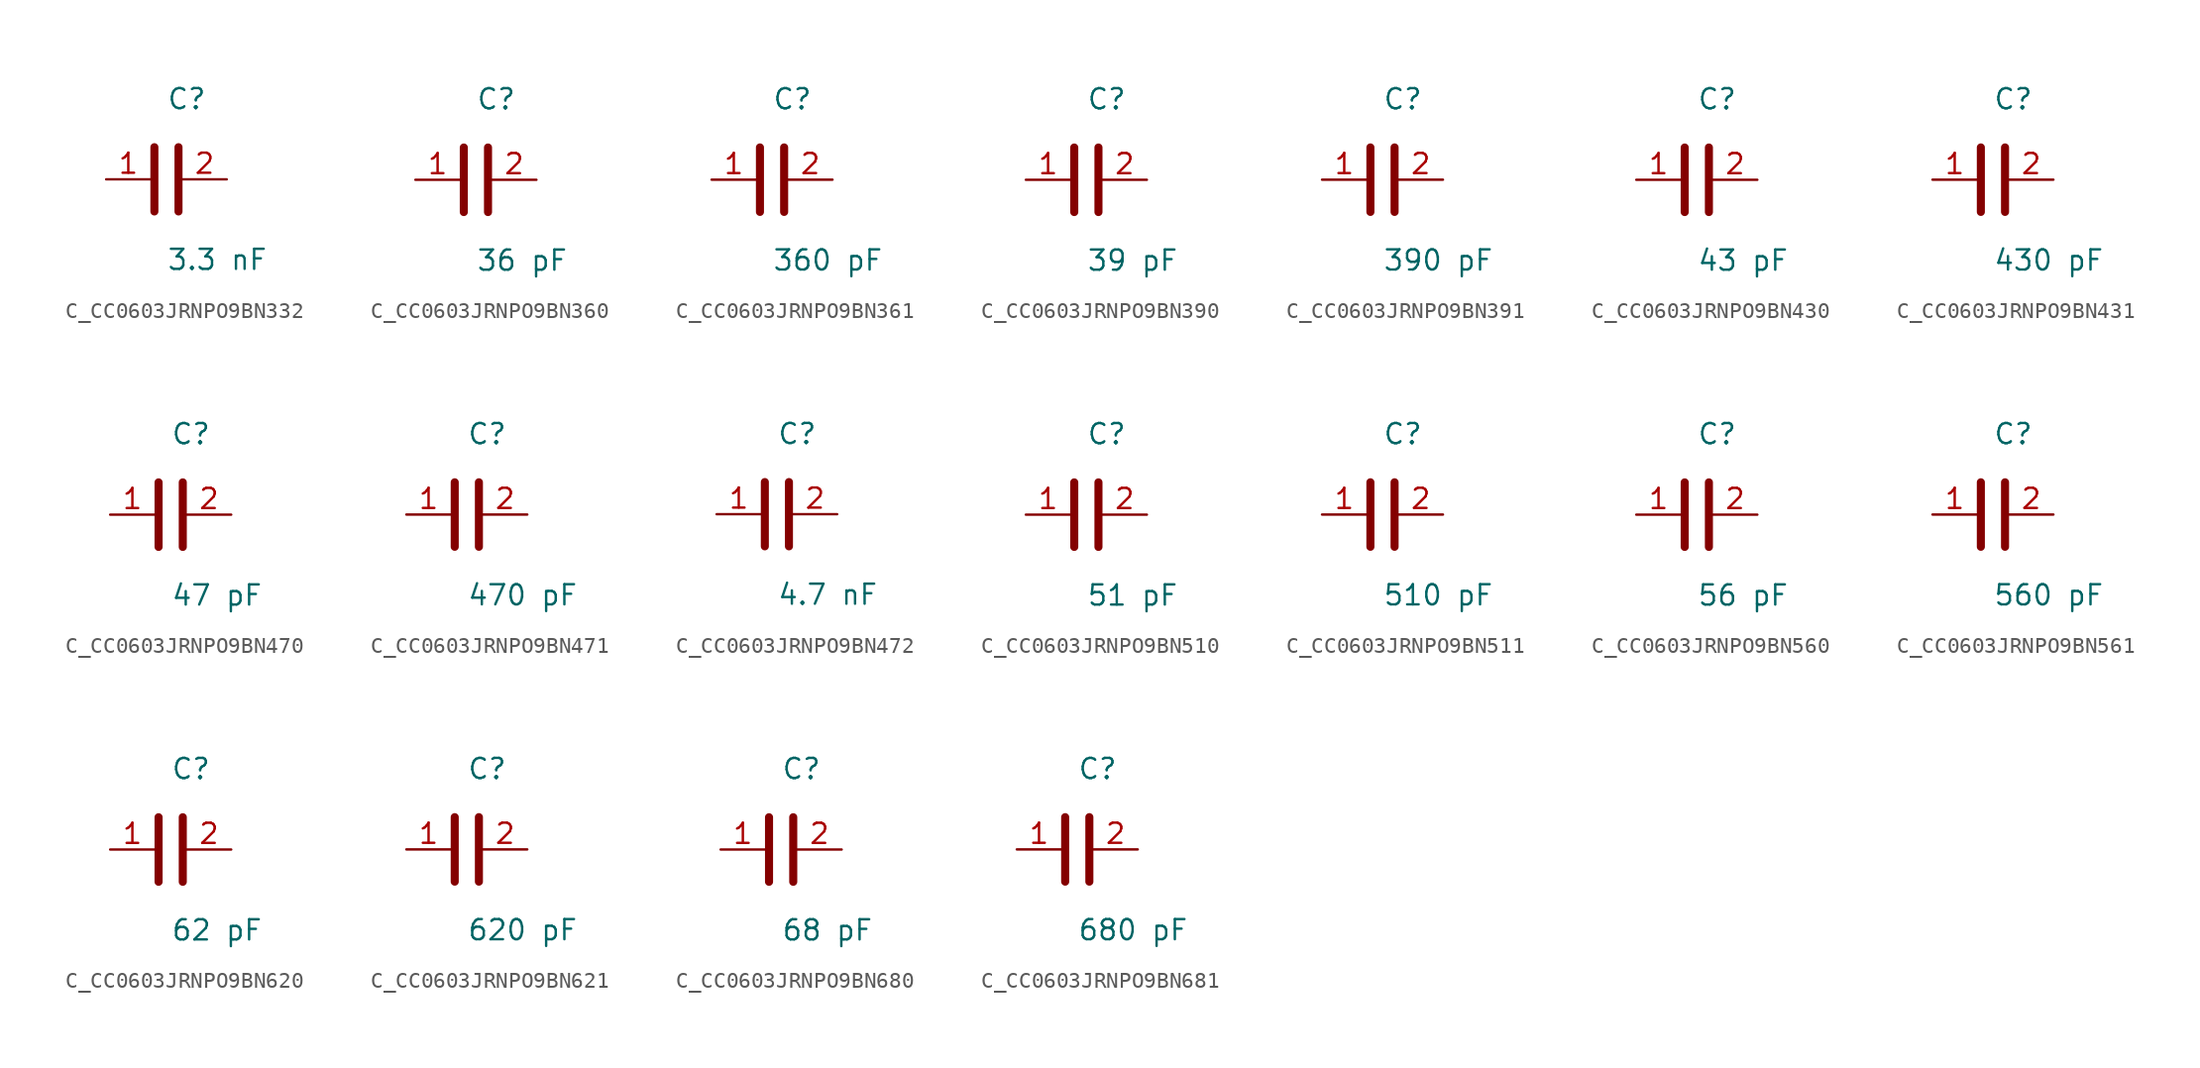
<source format=kicad_sym>
(kicad_symbol_lib
  (version 20231120)
  (generator kicad_symbol_editor)
  (generator_version 8.0)
  (symbol "C_CC0603JRNPO9BN332"
    (pin_names
      (offset 0.254))
    (property "Reference" "C"
      (at 0.0 5.08 0)
      (effects (font (size 1.27 1.27)) (justify left)))
    (property "Value" "3.3 nF"
      (at 0.0 -5.08 0)
      (effects (font (size 1.27 1.27)) (justify left)))
    (symbol "C_CC0603JRNPO9BN332_0_1"
      (polyline (pts (xy -0.762 -2.032) (xy -0.762 2.032)) (stroke (width 0.508) (type default)) (fill (type none)))
      (polyline (pts (xy 0.762 -2.032) (xy 0.762 2.032)) (stroke (width 0.508) (type default)) (fill (type none))))
    (pin unspecified line
      (at -3.81 0 0)
      (length 2.8)
      (name "" (effects (font (size 1.27 1.27))))
      (number "1" (effects (font (size 1.27 1.27)))))
    (pin unspecified line
      (at 3.81 0 180)
      (length 2.8)
      (name "" (effects (font (size 1.27 1.27))))
      (number "2" (effects (font (size 1.27 1.27))))))
  (symbol "C_CC0603JRNPO9BN360"
    (pin_names
      (offset 0.254))
    (property "Reference" "C"
      (at 0.0 5.08 0)
      (effects (font (size 1.27 1.27)) (justify left)))
    (property "Value" "36 pF"
      (at 0.0 -5.08 0)
      (effects (font (size 1.27 1.27)) (justify left)))
    (symbol "C_CC0603JRNPO9BN360_0_1"
      (polyline (pts (xy -0.762 -2.032) (xy -0.762 2.032)) (stroke (width 0.508) (type default)) (fill (type none)))
      (polyline (pts (xy 0.762 -2.032) (xy 0.762 2.032)) (stroke (width 0.508) (type default)) (fill (type none))))
    (pin unspecified line
      (at -3.81 0 0)
      (length 2.8)
      (name "" (effects (font (size 1.27 1.27))))
      (number "1" (effects (font (size 1.27 1.27)))))
    (pin unspecified line
      (at 3.81 0 180)
      (length 2.8)
      (name "" (effects (font (size 1.27 1.27))))
      (number "2" (effects (font (size 1.27 1.27))))))
  (symbol "C_CC0603JRNPO9BN361"
    (pin_names
      (offset 0.254))
    (property "Reference" "C"
      (at 0.0 5.08 0)
      (effects (font (size 1.27 1.27)) (justify left)))
    (property "Value" "360 pF"
      (at 0.0 -5.08 0)
      (effects (font (size 1.27 1.27)) (justify left)))
    (symbol "C_CC0603JRNPO9BN361_0_1"
      (polyline (pts (xy -0.762 -2.032) (xy -0.762 2.032)) (stroke (width 0.508) (type default)) (fill (type none)))
      (polyline (pts (xy 0.762 -2.032) (xy 0.762 2.032)) (stroke (width 0.508) (type default)) (fill (type none))))
    (pin unspecified line
      (at -3.81 0 0)
      (length 2.8)
      (name "" (effects (font (size 1.27 1.27))))
      (number "1" (effects (font (size 1.27 1.27)))))
    (pin unspecified line
      (at 3.81 0 180)
      (length 2.8)
      (name "" (effects (font (size 1.27 1.27))))
      (number "2" (effects (font (size 1.27 1.27))))))
  (symbol "C_CC0603JRNPO9BN390"
    (pin_names
      (offset 0.254))
    (property "Reference" "C"
      (at 0.0 5.08 0)
      (effects (font (size 1.27 1.27)) (justify left)))
    (property "Value" "39 pF"
      (at 0.0 -5.08 0)
      (effects (font (size 1.27 1.27)) (justify left)))
    (symbol "C_CC0603JRNPO9BN390_0_1"
      (polyline (pts (xy -0.762 -2.032) (xy -0.762 2.032)) (stroke (width 0.508) (type default)) (fill (type none)))
      (polyline (pts (xy 0.762 -2.032) (xy 0.762 2.032)) (stroke (width 0.508) (type default)) (fill (type none))))
    (pin unspecified line
      (at -3.81 0 0)
      (length 2.8)
      (name "" (effects (font (size 1.27 1.27))))
      (number "1" (effects (font (size 1.27 1.27)))))
    (pin unspecified line
      (at 3.81 0 180)
      (length 2.8)
      (name "" (effects (font (size 1.27 1.27))))
      (number "2" (effects (font (size 1.27 1.27))))))
  (symbol "C_CC0603JRNPO9BN391"
    (pin_names
      (offset 0.254))
    (property "Reference" "C"
      (at 0.0 5.08 0)
      (effects (font (size 1.27 1.27)) (justify left)))
    (property "Value" "390 pF"
      (at 0.0 -5.08 0)
      (effects (font (size 1.27 1.27)) (justify left)))
    (symbol "C_CC0603JRNPO9BN391_0_1"
      (polyline (pts (xy -0.762 -2.032) (xy -0.762 2.032)) (stroke (width 0.508) (type default)) (fill (type none)))
      (polyline (pts (xy 0.762 -2.032) (xy 0.762 2.032)) (stroke (width 0.508) (type default)) (fill (type none))))
    (pin unspecified line
      (at -3.81 0 0)
      (length 2.8)
      (name "" (effects (font (size 1.27 1.27))))
      (number "1" (effects (font (size 1.27 1.27)))))
    (pin unspecified line
      (at 3.81 0 180)
      (length 2.8)
      (name "" (effects (font (size 1.27 1.27))))
      (number "2" (effects (font (size 1.27 1.27))))))
  (symbol "C_CC0603JRNPO9BN430"
    (pin_names
      (offset 0.254))
    (property "Reference" "C"
      (at 0.0 5.08 0)
      (effects (font (size 1.27 1.27)) (justify left)))
    (property "Value" "43 pF"
      (at 0.0 -5.08 0)
      (effects (font (size 1.27 1.27)) (justify left)))
    (symbol "C_CC0603JRNPO9BN430_0_1"
      (polyline (pts (xy -0.762 -2.032) (xy -0.762 2.032)) (stroke (width 0.508) (type default)) (fill (type none)))
      (polyline (pts (xy 0.762 -2.032) (xy 0.762 2.032)) (stroke (width 0.508) (type default)) (fill (type none))))
    (pin unspecified line
      (at -3.81 0 0)
      (length 2.8)
      (name "" (effects (font (size 1.27 1.27))))
      (number "1" (effects (font (size 1.27 1.27)))))
    (pin unspecified line
      (at 3.81 0 180)
      (length 2.8)
      (name "" (effects (font (size 1.27 1.27))))
      (number "2" (effects (font (size 1.27 1.27))))))
  (symbol "C_CC0603JRNPO9BN431"
    (pin_names
      (offset 0.254))
    (property "Reference" "C"
      (at 0.0 5.08 0)
      (effects (font (size 1.27 1.27)) (justify left)))
    (property "Value" "430 pF"
      (at 0.0 -5.08 0)
      (effects (font (size 1.27 1.27)) (justify left)))
    (symbol "C_CC0603JRNPO9BN431_0_1"
      (polyline (pts (xy -0.762 -2.032) (xy -0.762 2.032)) (stroke (width 0.508) (type default)) (fill (type none)))
      (polyline (pts (xy 0.762 -2.032) (xy 0.762 2.032)) (stroke (width 0.508) (type default)) (fill (type none))))
    (pin unspecified line
      (at -3.81 0 0)
      (length 2.8)
      (name "" (effects (font (size 1.27 1.27))))
      (number "1" (effects (font (size 1.27 1.27)))))
    (pin unspecified line
      (at 3.81 0 180)
      (length 2.8)
      (name "" (effects (font (size 1.27 1.27))))
      (number "2" (effects (font (size 1.27 1.27))))))
  (symbol "C_CC0603JRNPO9BN470"
    (pin_names
      (offset 0.254))
    (property "Reference" "C"
      (at 0.0 5.08 0)
      (effects (font (size 1.27 1.27)) (justify left)))
    (property "Value" "47 pF"
      (at 0.0 -5.08 0)
      (effects (font (size 1.27 1.27)) (justify left)))
    (symbol "C_CC0603JRNPO9BN470_0_1"
      (polyline (pts (xy -0.762 -2.032) (xy -0.762 2.032)) (stroke (width 0.508) (type default)) (fill (type none)))
      (polyline (pts (xy 0.762 -2.032) (xy 0.762 2.032)) (stroke (width 0.508) (type default)) (fill (type none))))
    (pin unspecified line
      (at -3.81 0 0)
      (length 2.8)
      (name "" (effects (font (size 1.27 1.27))))
      (number "1" (effects (font (size 1.27 1.27)))))
    (pin unspecified line
      (at 3.81 0 180)
      (length 2.8)
      (name "" (effects (font (size 1.27 1.27))))
      (number "2" (effects (font (size 1.27 1.27))))))
  (symbol "C_CC0603JRNPO9BN471"
    (pin_names
      (offset 0.254))
    (property "Reference" "C"
      (at 0.0 5.08 0)
      (effects (font (size 1.27 1.27)) (justify left)))
    (property "Value" "470 pF"
      (at 0.0 -5.08 0)
      (effects (font (size 1.27 1.27)) (justify left)))
    (symbol "C_CC0603JRNPO9BN471_0_1"
      (polyline (pts (xy -0.762 -2.032) (xy -0.762 2.032)) (stroke (width 0.508) (type default)) (fill (type none)))
      (polyline (pts (xy 0.762 -2.032) (xy 0.762 2.032)) (stroke (width 0.508) (type default)) (fill (type none))))
    (pin unspecified line
      (at -3.81 0 0)
      (length 2.8)
      (name "" (effects (font (size 1.27 1.27))))
      (number "1" (effects (font (size 1.27 1.27)))))
    (pin unspecified line
      (at 3.81 0 180)
      (length 2.8)
      (name "" (effects (font (size 1.27 1.27))))
      (number "2" (effects (font (size 1.27 1.27))))))
  (symbol "C_CC0603JRNPO9BN472"
    (pin_names
      (offset 0.254))
    (property "Reference" "C"
      (at 0.0 5.08 0)
      (effects (font (size 1.27 1.27)) (justify left)))
    (property "Value" "4.7 nF"
      (at 0.0 -5.08 0)
      (effects (font (size 1.27 1.27)) (justify left)))
    (symbol "C_CC0603JRNPO9BN472_0_1"
      (polyline (pts (xy -0.762 -2.032) (xy -0.762 2.032)) (stroke (width 0.508) (type default)) (fill (type none)))
      (polyline (pts (xy 0.762 -2.032) (xy 0.762 2.032)) (stroke (width 0.508) (type default)) (fill (type none))))
    (pin unspecified line
      (at -3.81 0 0)
      (length 2.8)
      (name "" (effects (font (size 1.27 1.27))))
      (number "1" (effects (font (size 1.27 1.27)))))
    (pin unspecified line
      (at 3.81 0 180)
      (length 2.8)
      (name "" (effects (font (size 1.27 1.27))))
      (number "2" (effects (font (size 1.27 1.27))))))
  (symbol "C_CC0603JRNPO9BN510"
    (pin_names
      (offset 0.254))
    (property "Reference" "C"
      (at 0.0 5.08 0)
      (effects (font (size 1.27 1.27)) (justify left)))
    (property "Value" "51 pF"
      (at 0.0 -5.08 0)
      (effects (font (size 1.27 1.27)) (justify left)))
    (symbol "C_CC0603JRNPO9BN510_0_1"
      (polyline (pts (xy -0.762 -2.032) (xy -0.762 2.032)) (stroke (width 0.508) (type default)) (fill (type none)))
      (polyline (pts (xy 0.762 -2.032) (xy 0.762 2.032)) (stroke (width 0.508) (type default)) (fill (type none))))
    (pin unspecified line
      (at -3.81 0 0)
      (length 2.8)
      (name "" (effects (font (size 1.27 1.27))))
      (number "1" (effects (font (size 1.27 1.27)))))
    (pin unspecified line
      (at 3.81 0 180)
      (length 2.8)
      (name "" (effects (font (size 1.27 1.27))))
      (number "2" (effects (font (size 1.27 1.27))))))
  (symbol "C_CC0603JRNPO9BN511"
    (pin_names
      (offset 0.254))
    (property "Reference" "C"
      (at 0.0 5.08 0)
      (effects (font (size 1.27 1.27)) (justify left)))
    (property "Value" "510 pF"
      (at 0.0 -5.08 0)
      (effects (font (size 1.27 1.27)) (justify left)))
    (symbol "C_CC0603JRNPO9BN511_0_1"
      (polyline (pts (xy -0.762 -2.032) (xy -0.762 2.032)) (stroke (width 0.508) (type default)) (fill (type none)))
      (polyline (pts (xy 0.762 -2.032) (xy 0.762 2.032)) (stroke (width 0.508) (type default)) (fill (type none))))
    (pin unspecified line
      (at -3.81 0 0)
      (length 2.8)
      (name "" (effects (font (size 1.27 1.27))))
      (number "1" (effects (font (size 1.27 1.27)))))
    (pin unspecified line
      (at 3.81 0 180)
      (length 2.8)
      (name "" (effects (font (size 1.27 1.27))))
      (number "2" (effects (font (size 1.27 1.27))))))
  (symbol "C_CC0603JRNPO9BN560"
    (pin_names
      (offset 0.254))
    (property "Reference" "C"
      (at 0.0 5.08 0)
      (effects (font (size 1.27 1.27)) (justify left)))
    (property "Value" "56 pF"
      (at 0.0 -5.08 0)
      (effects (font (size 1.27 1.27)) (justify left)))
    (symbol "C_CC0603JRNPO9BN560_0_1"
      (polyline (pts (xy -0.762 -2.032) (xy -0.762 2.032)) (stroke (width 0.508) (type default)) (fill (type none)))
      (polyline (pts (xy 0.762 -2.032) (xy 0.762 2.032)) (stroke (width 0.508) (type default)) (fill (type none))))
    (pin unspecified line
      (at -3.81 0 0)
      (length 2.8)
      (name "" (effects (font (size 1.27 1.27))))
      (number "1" (effects (font (size 1.27 1.27)))))
    (pin unspecified line
      (at 3.81 0 180)
      (length 2.8)
      (name "" (effects (font (size 1.27 1.27))))
      (number "2" (effects (font (size 1.27 1.27))))))
  (symbol "C_CC0603JRNPO9BN561"
    (pin_names
      (offset 0.254))
    (property "Reference" "C"
      (at 0.0 5.08 0)
      (effects (font (size 1.27 1.27)) (justify left)))
    (property "Value" "560 pF"
      (at 0.0 -5.08 0)
      (effects (font (size 1.27 1.27)) (justify left)))
    (symbol "C_CC0603JRNPO9BN561_0_1"
      (polyline (pts (xy -0.762 -2.032) (xy -0.762 2.032)) (stroke (width 0.508) (type default)) (fill (type none)))
      (polyline (pts (xy 0.762 -2.032) (xy 0.762 2.032)) (stroke (width 0.508) (type default)) (fill (type none))))
    (pin unspecified line
      (at -3.81 0 0)
      (length 2.8)
      (name "" (effects (font (size 1.27 1.27))))
      (number "1" (effects (font (size 1.27 1.27)))))
    (pin unspecified line
      (at 3.81 0 180)
      (length 2.8)
      (name "" (effects (font (size 1.27 1.27))))
      (number "2" (effects (font (size 1.27 1.27))))))
  (symbol "C_CC0603JRNPO9BN620"
    (pin_names
      (offset 0.254))
    (property "Reference" "C"
      (at 0.0 5.08 0)
      (effects (font (size 1.27 1.27)) (justify left)))
    (property "Value" "62 pF"
      (at 0.0 -5.08 0)
      (effects (font (size 1.27 1.27)) (justify left)))
    (symbol "C_CC0603JRNPO9BN620_0_1"
      (polyline (pts (xy -0.762 -2.032) (xy -0.762 2.032)) (stroke (width 0.508) (type default)) (fill (type none)))
      (polyline (pts (xy 0.762 -2.032) (xy 0.762 2.032)) (stroke (width 0.508) (type default)) (fill (type none))))
    (pin unspecified line
      (at -3.81 0 0)
      (length 2.8)
      (name "" (effects (font (size 1.27 1.27))))
      (number "1" (effects (font (size 1.27 1.27)))))
    (pin unspecified line
      (at 3.81 0 180)
      (length 2.8)
      (name "" (effects (font (size 1.27 1.27))))
      (number "2" (effects (font (size 1.27 1.27))))))
  (symbol "C_CC0603JRNPO9BN621"
    (pin_names
      (offset 0.254))
    (property "Reference" "C"
      (at 0.0 5.08 0)
      (effects (font (size 1.27 1.27)) (justify left)))
    (property "Value" "620 pF"
      (at 0.0 -5.08 0)
      (effects (font (size 1.27 1.27)) (justify left)))
    (symbol "C_CC0603JRNPO9BN621_0_1"
      (polyline (pts (xy -0.762 -2.032) (xy -0.762 2.032)) (stroke (width 0.508) (type default)) (fill (type none)))
      (polyline (pts (xy 0.762 -2.032) (xy 0.762 2.032)) (stroke (width 0.508) (type default)) (fill (type none))))
    (pin unspecified line
      (at -3.81 0 0)
      (length 2.8)
      (name "" (effects (font (size 1.27 1.27))))
      (number "1" (effects (font (size 1.27 1.27)))))
    (pin unspecified line
      (at 3.81 0 180)
      (length 2.8)
      (name "" (effects (font (size 1.27 1.27))))
      (number "2" (effects (font (size 1.27 1.27))))))
  (symbol "C_CC0603JRNPO9BN680"
    (pin_names
      (offset 0.254))
    (property "Reference" "C"
      (at 0.0 5.08 0)
      (effects (font (size 1.27 1.27)) (justify left)))
    (property "Value" "68 pF"
      (at 0.0 -5.08 0)
      (effects (font (size 1.27 1.27)) (justify left)))
    (symbol "C_CC0603JRNPO9BN680_0_1"
      (polyline (pts (xy -0.762 -2.032) (xy -0.762 2.032)) (stroke (width 0.508) (type default)) (fill (type none)))
      (polyline (pts (xy 0.762 -2.032) (xy 0.762 2.032)) (stroke (width 0.508) (type default)) (fill (type none))))
    (pin unspecified line
      (at -3.81 0 0)
      (length 2.8)
      (name "" (effects (font (size 1.27 1.27))))
      (number "1" (effects (font (size 1.27 1.27)))))
    (pin unspecified line
      (at 3.81 0 180)
      (length 2.8)
      (name "" (effects (font (size 1.27 1.27))))
      (number "2" (effects (font (size 1.27 1.27))))))
  (symbol "C_CC0603JRNPO9BN681"
    (pin_names
      (offset 0.254))
    (property "Reference" "C"
      (at 0.0 5.08 0)
      (effects (font (size 1.27 1.27)) (justify left)))
    (property "Value" "680 pF"
      (at 0.0 -5.08 0)
      (effects (font (size 1.27 1.27)) (justify left)))
    (symbol "C_CC0603JRNPO9BN681_0_1"
      (polyline (pts (xy -0.762 -2.032) (xy -0.762 2.032)) (stroke (width 0.508) (type default)) (fill (type none)))
      (polyline (pts (xy 0.762 -2.032) (xy 0.762 2.032)) (stroke (width 0.508) (type default)) (fill (type none))))
    (pin unspecified line
      (at -3.81 0 0)
      (length 2.8)
      (name "" (effects (font (size 1.27 1.27))))
      (number "1" (effects (font (size 1.27 1.27)))))
    (pin unspecified line
      (at 3.81 0 180)
      (length 2.8)
      (name "" (effects (font (size 1.27 1.27))))
      (number "2" (effects (font (size 1.27 1.27)))))))
</source>
